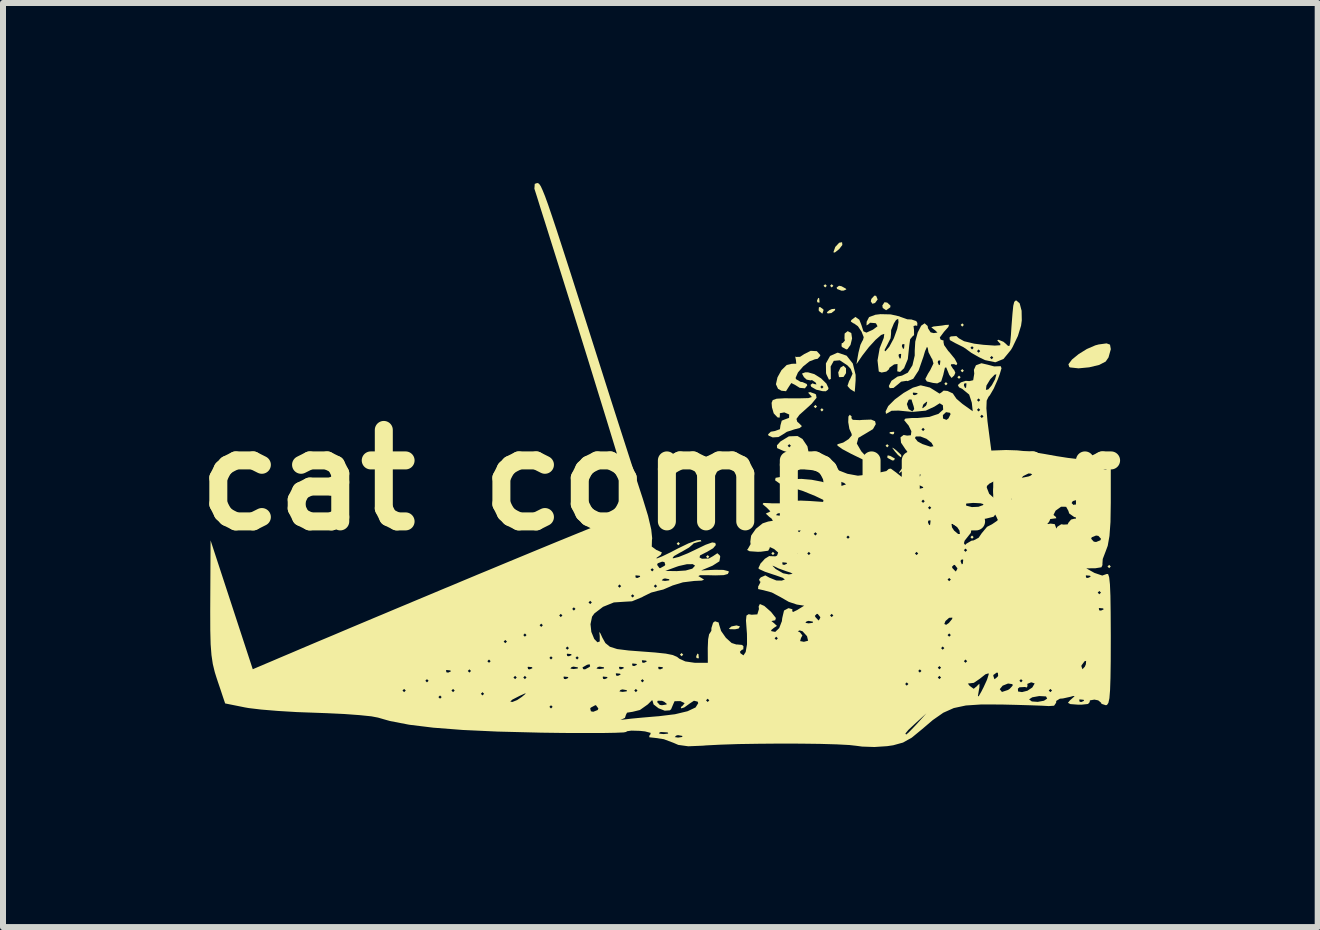
<source format=kicad_pcb>
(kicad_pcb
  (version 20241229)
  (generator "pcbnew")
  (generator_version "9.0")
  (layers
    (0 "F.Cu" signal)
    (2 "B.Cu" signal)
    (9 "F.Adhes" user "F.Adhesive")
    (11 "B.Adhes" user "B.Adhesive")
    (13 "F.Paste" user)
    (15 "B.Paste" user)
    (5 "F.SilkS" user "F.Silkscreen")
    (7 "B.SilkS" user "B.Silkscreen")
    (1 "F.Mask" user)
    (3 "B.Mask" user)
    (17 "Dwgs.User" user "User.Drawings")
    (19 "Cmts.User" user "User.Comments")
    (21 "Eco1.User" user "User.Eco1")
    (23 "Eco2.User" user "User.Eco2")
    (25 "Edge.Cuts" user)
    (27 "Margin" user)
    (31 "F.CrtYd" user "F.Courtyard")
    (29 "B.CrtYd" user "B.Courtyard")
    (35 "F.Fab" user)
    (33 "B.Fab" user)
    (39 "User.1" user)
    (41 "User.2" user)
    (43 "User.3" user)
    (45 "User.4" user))
  (footprint "cat computer"
    (layer "F.Cu")
    (at 7.954 4.949)
    (property "Reference" "cat computer" (at 0 0 0) (layer "F.SilkS") (effects (font (size 1.524 1.524) (thickness 0.3))))
    (attr board_only exclude_from_pos_files exclude_from_bom)
    (fp_poly (pts (xy 0.326 1.061) (xy 0.299 1.088) (xy 0.272 1.061) (xy 0.299 1.033)) (stroke (width 0) (type solid)) (fill yes) (layer "F.SilkS"))
    (fp_poly (pts (xy 0.381 2.91) (xy 0.354 2.937) (xy 0.326 2.91) (xy 0.354 2.883)) (stroke (width 0) (type solid)) (fill yes) (layer "F.SilkS"))
    (fp_poly (pts (xy 0.816 1.278) (xy 0.789 1.305) (xy 0.761 1.278) (xy 0.789 1.251)) (stroke (width 0) (type solid)) (fill yes) (layer "F.SilkS"))
    (fp_poly (pts (xy 1.904 1.224) (xy 1.876 1.251) (xy 1.849 1.224) (xy 1.876 1.197)) (stroke (width 0) (type solid)) (fill yes) (layer "F.SilkS"))
    (fp_poly (pts (xy 2.067 0.354) (xy 2.04 0.381) (xy 2.012 0.354) (xy 2.04 0.326)) (stroke (width 0) (type solid)) (fill yes) (layer "F.SilkS"))
    (fp_poly (pts (xy 2.611 -1.224) (xy 2.584 -1.197) (xy 2.556 -1.224) (xy 2.584 -1.251)) (stroke (width 0) (type solid)) (fill yes) (layer "F.SilkS"))
    (fp_poly (pts (xy 2.719 -1.169) (xy 2.692 -1.142) (xy 2.665 -1.169) (xy 2.692 -1.197)) (stroke (width 0) (type solid)) (fill yes) (layer "F.SilkS"))
    (fp_poly (pts (xy 2.774 -3.236) (xy 2.747 -3.209) (xy 2.719 -3.236) (xy 2.747 -3.263)) (stroke (width 0) (type solid)) (fill yes) (layer "F.SilkS"))
    (fp_poly (pts (xy 2.883 -3.236) (xy 2.855 -3.209) (xy 2.828 -3.236) (xy 2.855 -3.263)) (stroke (width 0) (type solid)) (fill yes) (layer "F.SilkS"))
    (fp_poly (pts (xy 3.807 -0.571) (xy 3.78 -0.544) (xy 3.753 -0.571) (xy 3.78 -0.598)) (stroke (width 0) (type solid)) (fill yes) (layer "F.SilkS"))
    (fp_poly (pts (xy 4.786 -1.604) (xy 4.759 -1.577) (xy 4.732 -1.604) (xy 4.759 -1.632)) (stroke (width 0) (type solid)) (fill yes) (layer "F.SilkS"))
    (fp_poly (pts (xy 5.004 -1.713) (xy 4.977 -1.686) (xy 4.949 -1.713) (xy 4.977 -1.74)) (stroke (width 0) (type solid)) (fill yes) (layer "F.SilkS"))
    (fp_poly (pts (xy 5.058 -2.584) (xy 5.031 -2.556) (xy 5.004 -2.584) (xy 5.031 -2.611)) (stroke (width 0) (type solid)) (fill yes) (layer "F.SilkS"))
    (fp_poly (pts (xy 5.058 -1.822) (xy 5.031 -1.795) (xy 5.004 -1.822) (xy 5.031 -1.849)) (stroke (width 0) (type solid)) (fill yes) (layer "F.SilkS"))
    (fp_poly (pts (xy 5.221 0.952) (xy 5.194 0.979) (xy 5.167 0.952) (xy 5.194 0.925)) (stroke (width 0) (type solid)) (fill yes) (layer "F.SilkS"))
    (fp_poly (pts (xy 7.506 1.441) (xy 7.479 1.469) (xy 7.451 1.441) (xy 7.479 1.414)) (stroke (width 0) (type solid)) (fill yes) (layer "F.SilkS"))
    (fp_poly (pts (xy 0.635 2.901) (xy 0.641 2.965) (xy 0.635 2.973) (xy 0.602 2.966) (xy 0.598 2.937) (xy 0.618 2.892)) (stroke (width 0) (type solid)) (fill yes) (layer "F.SilkS"))
    (fp_poly (pts (xy 2.647 -3.028) (xy 2.653 -2.963) (xy 2.647 -2.955) (xy 2.615 -2.963) (xy 2.611 -2.991) (xy 2.631 -3.036)) (stroke (width 0) (type solid)) (fill yes) (layer "F.SilkS"))
    (fp_poly (pts (xy 3.898 -0.798) (xy 3.89 -0.765) (xy 3.862 -0.761) (xy 3.817 -0.781) (xy 3.825 -0.798) (xy 3.89 -0.804)) (stroke (width 0) (type solid)) (fill yes) (layer "F.SilkS"))
    (fp_poly (pts (xy 1.327 2.439) (xy 1.304 2.475) (xy 1.247 2.487) (xy 1.161 2.486) (xy 1.142 2.477) (xy 1.185 2.44) (xy 1.269 2.423)) (stroke (width 0) (type solid)) (fill yes) (layer "F.SilkS"))
    (fp_poly (pts (xy 2.909 -2.828) (xy 2.851 -2.783) (xy 2.789 -2.775) (xy 2.774 -2.795) (xy 2.817 -2.83) (xy 2.858 -2.849) (xy 2.914 -2.853)) (stroke (width 0) (type solid)) (fill yes) (layer "F.SilkS"))
    (fp_poly (pts (xy 3.033 -3.917) (xy 2.98 -3.848) (xy 2.908 -3.791) (xy 2.883 -3.794) (xy 2.915 -3.884) (xy 2.98 -3.954) (xy 3.028 -3.963)) (stroke (width 0) (type solid)) (fill yes) (layer "F.SilkS"))
    (fp_poly (pts (xy 3.596 -3.069) (xy 3.621 -3.009) (xy 3.578 -2.95) (xy 3.534 -2.937) (xy 3.507 -2.977) (xy 3.516 -3.018) (xy 3.567 -3.073)) (stroke (width 0) (type solid)) (fill yes) (layer "F.SilkS"))
    (fp_poly (pts (xy 3.78 -2.957) (xy 3.835 -2.906) (xy 3.831 -2.877) (xy 3.762 -2.829) (xy 3.706 -2.867) (xy 3.699 -2.908) (xy 3.735 -2.963)) (stroke (width 0) (type solid)) (fill yes) (layer "F.SilkS"))
    (fp_poly (pts (xy 3.832 -0.401) (xy 3.908 -0.358) (xy 3.895 -0.329) (xy 3.865 -0.326) (xy 3.791 -0.366) (xy 3.78 -0.38) (xy 3.789 -0.411)) (stroke (width 0) (type solid)) (fill yes) (layer "F.SilkS"))
    (fp_poly (pts (xy 4.125 -0.141) (xy 4.184 -0.086) (xy 4.172 -0.055) (xy 4.164 -0.054) (xy 4.118 -0.093) (xy 4.101 -0.117) (xy 4.095 -0.154)) (stroke (width 0) (type solid)) (fill yes) (layer "F.SilkS"))
    (fp_poly (pts (xy 2.717 -2.843) (xy 2.719 -2.828) (xy 2.701 -2.775) (xy 2.696 -2.774) (xy 2.649 -2.812) (xy 2.638 -2.828) (xy 2.642 -2.878) (xy 2.662 -2.883)) (stroke (width 0) (type solid)) (fill yes) (layer "F.SilkS"))
    (fp_poly (pts (xy 3.019 -3.229) (xy 3.09 -3.19) (xy 3.1 -3.176) (xy 3.056 -3.157) (xy 3.019 -3.155) (xy 2.946 -3.183) (xy 2.937 -3.207) (xy 2.977 -3.237)) (stroke (width 0) (type solid)) (fill yes) (layer "F.SilkS"))
    (fp_poly (pts (xy 3.094 -1.863) (xy 3.094 -1.781) (xy 3.053 -1.718) (xy 2.983 -1.714) (xy 2.976 -1.72) (xy 2.964 -1.793) (xy 3.003 -1.875) (xy 3.052 -1.904)) (stroke (width 0) (type solid)) (fill yes) (layer "F.SilkS"))
    (fp_poly (pts (xy 3.89 -0.527) (xy 3.93 -0.496) (xy 4.014 -0.417) (xy 4.014 -0.382) (xy 4.004 -0.381) (xy 3.959 -0.418) (xy 3.909 -0.476) (xy 3.862 -0.54)) (stroke (width 0) (type solid)) (fill yes) (layer "F.SilkS"))
    (fp_poly (pts (xy 3.181 -2.449) (xy 3.182 -2.448) (xy 3.195 -2.359) (xy 3.169 -2.252) (xy 3.119 -2.182) (xy 3.1 -2.176) (xy 3.03 -2.215) (xy 3.019 -2.23) (xy 3.022 -2.28) (xy 3.041 -2.284) (xy 3.075 -2.324) (xy 3.068 -2.36) (xy 3.071 -2.441) (xy 3.122 -2.481)) (stroke (width 0) (type solid)) (fill yes) (layer "F.SilkS"))
    (fp_poly (pts (xy 7.493 -2.256) (xy 7.506 -2.184) (xy 7.506 -2.178) (xy 7.468 -2.042) (xy 7.421 -1.974) (xy 7.313 -1.918) (xy 7.146 -1.878) (xy 6.969 -1.861) (xy 6.831 -1.876) (xy 6.815 -1.882) (xy 6.8 -1.929) (xy 6.86 -2.008) (xy 6.97 -2.098) (xy 7.107 -2.183) (xy 7.248 -2.244) (xy 7.304 -2.259) (xy 7.436 -2.277)) (stroke (width 0) (type solid)) (fill yes) (layer "F.SilkS"))
    (fp_poly (pts (xy 3.104 -2.072) (xy 3.207 -1.941) (xy 3.254 -1.752) (xy 3.254 -1.665) (xy 3.245 -1.537) (xy 3.239 -1.472) (xy 3.239 -1.469) (xy 3.198 -1.494) (xy 3.163 -1.516) (xy 3.118 -1.568) (xy 3.145 -1.649) (xy 3.162 -1.678) (xy 3.203 -1.771) (xy 3.173 -1.851) (xy 3.117 -1.911) (xy 2.99 -1.995) (xy 2.89 -1.986) (xy 2.838 -1.892) (xy 2.84 -1.797) (xy 2.841 -1.684) (xy 2.81 -1.671) (xy 2.767 -1.761) (xy 2.761 -1.782) (xy 2.759 -1.943) (xy 2.828 -2.067) (xy 2.949 -2.121) (xy 2.961 -2.121)) (stroke (width 0) (type solid)) (fill yes) (layer "F.SilkS"))
    (fp_poly (pts (xy 2.565 -1.765) (xy 2.678 -1.694) (xy 2.767 -1.607) (xy 2.803 -1.53) (xy 2.793 -1.505) (xy 2.757 -1.479) (xy 2.7 -1.481) (xy 2.597 -1.506) (xy 2.52 -1.55) (xy 2.665 -1.55) (xy 2.692 -1.523) (xy 2.719 -1.55) (xy 2.692 -1.577) (xy 2.665 -1.55) (xy 2.52 -1.55) (xy 2.516 -1.552) (xy 2.502 -1.585) (xy 2.536 -1.611) (xy 2.565 -1.599) (xy 2.602 -1.593) (xy 2.588 -1.624) (xy 2.527 -1.666) (xy 2.504 -1.66) (xy 2.438 -1.673) (xy 2.393 -1.714) (xy 2.36 -1.774) (xy 2.413 -1.794) (xy 2.459 -1.795)) (stroke (width 0) (type solid)) (fill yes) (layer "F.SilkS"))
    (fp_poly (pts (xy 3.19 -1.055) (xy 3.182 -1.034) (xy 3.206 -1.003) (xy 3.322 -0.998) (xy 3.369 -1.002) (xy 3.513 -1.007) (xy 3.578 -0.98) (xy 3.59 -0.931) (xy 3.543 -0.848) (xy 3.427 -0.778) (xy 3.3 -0.703) (xy 3.274 -0.607) (xy 3.348 -0.479) (xy 3.407 -0.415) (xy 3.491 -0.33) (xy 3.519 -0.289) (xy 3.482 -0.293) (xy 3.369 -0.344) (xy 3.182 -0.435) (xy 3.034 -0.514) (xy 2.952 -0.572) (xy 2.95 -0.597) (xy 2.955 -0.597) (xy 3.047 -0.624) (xy 3.139 -0.683) (xy 3.19 -0.744) (xy 3.187 -0.769) (xy 3.15 -0.852) (xy 3.131 -0.964) (xy 3.134 -1.058) (xy 3.157 -1.088)) (stroke (width 0) (type solid)) (fill yes) (layer "F.SilkS"))
    (fp_poly (pts (xy 2.608 -2.147) (xy 2.663 -2.086) (xy 2.665 -2.069) (xy 2.621 -2.02) (xy 2.576 -2.012) (xy 2.485 -1.977) (xy 2.38 -1.893) (xy 2.293 -1.792) (xy 2.255 -1.705) (xy 2.259 -1.682) (xy 2.336 -1.636) (xy 2.369 -1.632) (xy 2.439 -1.601) (xy 2.448 -1.577) (xy 2.409 -1.528) (xy 2.323 -1.536) (xy 2.243 -1.586) (xy 2.182 -1.616) (xy 2.144 -1.559) (xy 2.094 -1.48) (xy 2.017 -1.488) (xy 1.961 -1.52) (xy 1.926 -1.596) (xy 1.952 -1.711) (xy 2.018 -1.83) (xy 2.106 -1.917) (xy 2.193 -1.937) (xy 2.265 -1.938) (xy 2.259 -2.001) (xy 2.247 -2.058) (xy 2.263 -2.051) (xy 2.328 -2.053) (xy 2.4 -2.1) (xy 2.506 -2.153)) (stroke (width 0) (type solid)) (fill yes) (layer "F.SilkS"))
    (fp_poly (pts (xy 2.573 -1.438) (xy 2.594 -1.425) (xy 2.603 -1.37) (xy 2.52 -1.269) (xy 2.441 -1.197) (xy 2.317 -1.086) (xy 2.268 -1.018) (xy 2.282 -0.97) (xy 2.311 -0.946) (xy 2.359 -0.898) (xy 2.323 -0.867) (xy 2.234 -0.844) (xy 2.108 -0.803) (xy 2.037 -0.757) (xy 1.968 -0.716) (xy 1.872 -0.71) (xy 1.803 -0.74) (xy 1.795 -0.761) (xy 1.841 -0.805) (xy 1.906 -0.816) (xy 1.993 -0.847) (xy 2.001 -0.91) (xy 2.023 -0.989) (xy 2.062 -1.005) (xy 2.145 -1.036) (xy 2.147 -1.092) (xy 2.066 -1.127) (xy 1.991 -1.113) (xy 1.992 -1.077) (xy 1.987 -1.039) (xy 1.952 -1.044) (xy 1.889 -1.111) (xy 1.86 -1.211) (xy 1.854 -1.286) (xy 1.873 -1.332) (xy 1.938 -1.355) (xy 2.068 -1.362) (xy 2.285 -1.361) (xy 2.312 -1.361) (xy 2.467 -1.365) (xy 2.525 -1.383) (xy 2.502 -1.412) (xy 2.462 -1.456) (xy 2.496 -1.465)) (stroke (width 0) (type solid)) (fill yes) (layer "F.SilkS"))
    (fp_poly (pts (xy 5.988 -2.943) (xy 6.02 -2.821) (xy 6.023 -2.66) (xy 6.011 -2.572) (xy 5.958 -2.4) (xy 5.869 -2.214) (xy 5.842 -2.168) (xy 5.718 -2.017) (xy 5.582 -1.962) (xy 5.411 -1.998) (xy 5.324 -2.04) (xy 5.493 -2.04) (xy 5.521 -2.012) (xy 5.548 -2.04) (xy 5.521 -2.067) (xy 5.493 -2.04) (xy 5.324 -2.04) (xy 5.303 -2.05) (xy 5.184 -2.118) (xy 5.143 -2.148) (xy 5.276 -2.148) (xy 5.303 -2.121) (xy 5.33 -2.148) (xy 5.303 -2.176) (xy 5.276 -2.148) (xy 5.143 -2.148) (xy 5.115 -2.168) (xy 5.113 -2.171) (xy 5.066 -2.203) (xy 5.167 -2.203) (xy 5.194 -2.176) (xy 5.221 -2.203) (xy 5.194 -2.23) (xy 5.167 -2.203) (xy 5.066 -2.203) (xy 5.048 -2.215) (xy 4.93 -2.274) (xy 4.925 -2.276) (xy 4.824 -2.332) (xy 4.818 -2.375) (xy 4.84 -2.393) (xy 4.933 -2.399) (xy 4.974 -2.362) (xy 5.061 -2.313) (xy 5.231 -2.272) (xy 5.385 -2.253) (xy 5.573 -2.24) (xy 5.664 -2.246) (xy 5.667 -2.271) (xy 5.657 -2.279) (xy 5.614 -2.326) (xy 5.632 -2.338) (xy 5.717 -2.304) (xy 5.754 -2.273) (xy 5.793 -2.236) (xy 5.817 -2.234) (xy 5.83 -2.287) (xy 5.842 -2.416) (xy 5.851 -2.556) (xy 5.868 -2.773) (xy 5.881 -2.903) (xy 5.897 -2.968) (xy 5.919 -2.99) (xy 5.934 -2.991)) (stroke (width 0) (type solid)) (fill yes) (layer "F.SilkS"))
    (fp_poly (pts (xy 4.454 -2.567) (xy 4.46 -2.529) (xy 4.504 -2.461) (xy 4.555 -2.448) (xy 4.618 -2.457) (xy 4.579 -2.495) (xy 4.569 -2.502) (xy 4.515 -2.545) (xy 4.555 -2.559) (xy 4.569 -2.56) (xy 4.694 -2.574) (xy 4.751 -2.584) (xy 4.81 -2.587) (xy 4.799 -2.55) (xy 4.728 -2.471) (xy 4.657 -2.376) (xy 4.671 -2.339) (xy 4.677 -2.339) (xy 4.724 -2.321) (xy 4.717 -2.306) (xy 4.728 -2.249) (xy 4.797 -2.151) (xy 4.817 -2.13) (xy 4.907 -2.019) (xy 4.948 -1.94) (xy 4.933 -1.914) (xy 4.895 -1.931) (xy 4.845 -1.929) (xy 4.841 -1.911) (xy 4.882 -1.845) (xy 4.893 -1.84) (xy 4.916 -1.787) (xy 4.896 -1.742) (xy 4.853 -1.701) (xy 4.814 -1.752) (xy 4.798 -1.792) (xy 4.763 -1.877) (xy 4.742 -1.87) (xy 4.717 -1.764) (xy 4.716 -1.757) (xy 4.68 -1.643) (xy 4.614 -1.61) (xy 4.544 -1.618) (xy 4.441 -1.643) (xy 4.415 -1.684) (xy 4.46 -1.772) (xy 4.495 -1.827) (xy 4.551 -1.942) (xy 4.547 -1.958) (xy 4.623 -1.958) (xy 4.643 -1.913) (xy 4.659 -1.922) (xy 4.666 -1.986) (xy 4.659 -1.994) (xy 4.627 -1.987) (xy 4.623 -1.958) (xy 4.547 -1.958) (xy 4.53 -2.018) (xy 4.522 -2.026) (xy 4.468 -2.13) (xy 4.456 -2.2) (xy 4.443 -2.219) (xy 4.411 -2.147) (xy 4.384 -2.056) (xy 4.304 -1.826) (xy 4.214 -1.687) (xy 4.121 -1.648) (xy 4.102 -1.653) (xy 4.013 -1.639) (xy 3.968 -1.601) (xy 3.885 -1.534) (xy 3.822 -1.531) (xy 3.807 -1.566) (xy 3.852 -1.654) (xy 3.953 -1.724) (xy 4.027 -1.74) (xy 4.124 -1.789) (xy 4.201 -1.912) (xy 4.239 -2.075) (xy 4.239 -2.154) (xy 4.248 -2.307) (xy 4.289 -2.459) (xy 4.347 -2.572) (xy 4.404 -2.611)) (stroke (width 0) (type solid)) (fill yes) (layer "F.SilkS"))
    (fp_poly (pts (xy 3.838 -2.76) (xy 3.98 -2.728) (xy 3.997 -2.72) (xy 4.116 -2.678) (xy 4.184 -2.675) (xy 4.264 -2.649) (xy 4.283 -2.617) (xy 4.28 -2.568) (xy 4.255 -2.576) (xy 4.219 -2.566) (xy 4.227 -2.502) (xy 4.228 -2.415) (xy 4.202 -2.393) (xy 4.163 -2.346) (xy 4.148 -2.244) (xy 4.124 -2.015) (xy 4.061 -1.863) (xy 3.995 -1.801) (xy 3.948 -1.811) (xy 3.951 -1.877) (xy 3.952 -1.934) (xy 3.895 -1.926) (xy 3.819 -1.872) (xy 3.807 -1.843) (xy 3.766 -1.807) (xy 3.687 -1.791) (xy 3.64 -1.808) (xy 3.619 -1.993) (xy 3.632 -2.067) (xy 3.97 -2.067) (xy 3.99 -2.022) (xy 4.007 -2.031) (xy 4.013 -2.095) (xy 4.007 -2.103) (xy 3.974 -2.096) (xy 3.97 -2.067) (xy 3.632 -2.067) (xy 3.649 -2.164) (xy 3.735 -2.164) (xy 3.747 -2.145) (xy 3.753 -2.148) (xy 3.817 -2.223) (xy 3.82 -2.23) (xy 4.025 -2.23) (xy 4.045 -2.185) (xy 4.061 -2.194) (xy 4.068 -2.258) (xy 4.061 -2.266) (xy 4.029 -2.259) (xy 4.025 -2.23) (xy 3.82 -2.23) (xy 3.886 -2.352) (xy 3.894 -2.371) (xy 3.947 -2.519) (xy 3.969 -2.631) (xy 3.963 -2.686) (xy 3.927 -2.666) (xy 3.892 -2.611) (xy 3.846 -2.499) (xy 3.844 -2.432) (xy 3.836 -2.361) (xy 3.78 -2.25) (xy 3.779 -2.248) (xy 3.735 -2.164) (xy 3.649 -2.164) (xy 3.654 -2.194) (xy 3.677 -2.252) (xy 3.723 -2.368) (xy 3.731 -2.433) (xy 3.729 -2.435) (xy 3.679 -2.417) (xy 3.586 -2.336) (xy 3.475 -2.215) (xy 3.369 -2.078) (xy 3.361 -2.067) (xy 3.268 -1.931) (xy 3.301 -2.121) (xy 3.334 -2.252) (xy 3.369 -2.324) (xy 3.375 -2.328) (xy 3.389 -2.38) (xy 3.353 -2.472) (xy 3.292 -2.563) (xy 3.226 -2.61) (xy 3.219 -2.61) (xy 3.174 -2.641) (xy 3.182 -2.665) (xy 3.251 -2.718) (xy 3.316 -2.671) (xy 3.35 -2.584) (xy 3.384 -2.478) (xy 3.434 -2.456) (xy 3.538 -2.503) (xy 3.546 -2.508) (xy 3.619 -2.562) (xy 3.596 -2.606) (xy 3.585 -2.614) (xy 3.496 -2.621) (xy 3.466 -2.594) (xy 3.435 -2.576) (xy 3.438 -2.638) (xy 3.478 -2.715) (xy 3.584 -2.754) (xy 3.668 -2.764)) (stroke (width 0) (type solid)) (fill yes) (layer "F.SilkS"))
    (fp_poly (pts (xy -2.035 -4.946) (xy -2.016 -4.93) (xy -1.992 -4.894) (xy -1.963 -4.831) (xy -1.923 -4.733) (xy -1.872 -4.593) (xy -1.807 -4.402) (xy -1.724 -4.153) (xy -1.622 -3.839) (xy -1.497 -3.452) (xy -1.348 -2.985) (xy -1.171 -2.429) (xy -0.964 -1.778) (xy -0.952 -1.74) (xy -0.819 -1.322) (xy -0.686 -0.907) (xy -0.56 -0.516) (xy -0.448 -0.168) (xy -0.356 0.117) (xy -0.292 0.313) (xy -0.205 0.597) (xy -0.152 0.823) (xy -0.136 0.972) (xy -0.14 1.002) (xy -0.143 1.109) (xy -0.065 1.166) (xy -0.052 1.17) (xy 0.026 1.207) (xy 0.006 1.248) (xy -0.006 1.256) (xy -0.07 1.302) (xy -0.052 1.305) (xy 0.035 1.27) (xy 0.174 1.203) (xy 0.296 1.139) (xy 0.466 1.057) (xy 0.602 1.007) (xy 0.671 0.999) (xy 0.684 1.022) (xy 0.644 1.029) (xy 0.555 1.055) (xy 0.535 1.076) (xy 0.478 1.125) (xy 0.361 1.193) (xy 0.326 1.211) (xy 0.227 1.268) (xy 0.203 1.301) (xy 0.218 1.304) (xy 0.309 1.281) (xy 0.458 1.221) (xy 0.567 1.169) (xy 0.754 1.079) (xy 0.864 1.04) (xy 0.915 1.048) (xy 0.925 1.083) (xy 0.88 1.137) (xy 0.772 1.201) (xy 0.762 1.205) (xy 0.661 1.257) (xy 0.653 1.291) (xy 0.694 1.312) (xy 0.808 1.308) (xy 0.877 1.269) (xy 0.95 1.22) (xy 0.989 1.255) (xy 0.998 1.276) (xy 0.984 1.355) (xy 0.871 1.427) (xy 0.855 1.434) (xy 0.68 1.507) (xy 0.911 1.496) (xy 1.052 1.498) (xy 1.134 1.519) (xy 1.142 1.531) (xy 1.124 1.566) (xy 1.056 1.585) (xy 0.915 1.589) (xy 0.789 1.586) (xy 0.662 1.586) (xy 0.633 1.601) (xy 0.68 1.629) (xy 0.729 1.66) (xy 0.691 1.676) (xy 0.564 1.682) (xy 0.376 1.705) (xy 0.205 1.757) (xy 0.183 1.767) (xy 0.048 1.825) (xy -0.054 1.849) (xy -0.154 1.876) (xy -0.288 1.942) (xy -0.304 1.952) (xy -0.472 2.021) (xy -0.61 2.029) (xy -0.775 2.04) (xy -0.955 2.113) (xy -1.099 2.223) (xy -1.138 2.277) (xy -1.164 2.402) (xy -1.15 2.531) (xy -1.102 2.648) (xy -1.048 2.704) (xy -1.01 2.69) (xy -1.01 2.6) (xy -1.018 2.531) (xy -0.998 2.557) (xy -0.967 2.626) (xy -0.916 2.717) (xy -0.841 2.778) (xy -0.719 2.817) (xy -0.526 2.841) (xy -0.354 2.854) (xy -0.088 2.874) (xy 0.091 2.893) (xy 0.206 2.916) (xy 0.278 2.947) (xy 0.317 2.978) (xy 0.416 3.023) (xy 0.567 3.045) (xy 0.59 3.046) (xy 0.791 3.046) (xy 0.791 3.019) (xy 5.058 3.019) (xy 5.085 3.046) (xy 5.113 3.019) (xy 5.085 2.991) (xy 5.058 3.019) (xy 0.791 3.019) (xy 0.79 2.801) (xy 0.796 2.655) (xy 0.813 2.568) (xy 0.823 2.556) (xy 0.85 2.512) (xy 0.851 2.467) (xy 0.879 2.377) (xy 0.911 2.354) (xy 0.971 2.374) (xy 0.979 2.408) (xy 1.012 2.515) (xy 1.092 2.629) (xy 1.188 2.716) (xy 1.27 2.742) (xy 1.275 2.74) (xy 1.362 2.748) (xy 1.385 2.77) (xy 1.382 2.823) (xy 1.36 2.828) (xy 1.326 2.862) (xy 1.336 2.888) (xy 1.385 2.922) (xy 1.422 2.866) (xy 1.433 2.801) (xy 4.678 2.801) (xy 4.705 2.828) (xy 4.732 2.801) (xy 4.705 2.774) (xy 4.678 2.801) (xy 1.433 2.801) (xy 1.444 2.739) (xy 1.444 2.638) (xy 1.904 2.638) (xy 1.931 2.665) (xy 1.958 2.638) (xy 1.931 2.611) (xy 1.904 2.638) (xy 1.444 2.638) (xy 1.443 2.561) (xy 1.439 2.509) (xy 1.427 2.342) (xy 1.435 2.259) (xy 1.471 2.236) (xy 1.522 2.245) (xy 1.616 2.239) (xy 1.643 2.15) (xy 1.638 2.108) (xy 1.658 2.066) (xy 1.732 2.098) (xy 1.842 2.195) (xy 1.849 2.203) (xy 1.925 2.299) (xy 1.914 2.338) (xy 1.9 2.34) (xy 1.851 2.35) (xy 1.896 2.387) (xy 1.943 2.431) (xy 1.896 2.461) (xy 1.846 2.501) (xy 1.851 2.519) (xy 1.915 2.531) (xy 1.927 2.519) (xy 2.29 2.519) (xy 2.327 2.539) (xy 2.367 2.59) (xy 2.344 2.632) (xy 2.329 2.684) (xy 2.392 2.696) (xy 2.462 2.678) (xy 2.445 2.606) (xy 2.441 2.599) (xy 2.427 2.584) (xy 4.786 2.584) (xy 4.813 2.611) (xy 4.841 2.584) (xy 4.813 2.556) (xy 4.786 2.584) (xy 2.427 2.584) (xy 2.37 2.521) (xy 2.323 2.506) (xy 2.29 2.519) (xy 1.927 2.519) (xy 1.981 2.467) (xy 2.007 2.399) (xy 4.732 2.399) (xy 4.763 2.413) (xy 4.808 2.382) (xy 4.863 2.315) (xy 4.866 2.293) (xy 4.812 2.296) (xy 4.751 2.35) (xy 4.732 2.399) (xy 2.007 2.399) (xy 2.014 2.38) (xy 2.417 2.38) (xy 2.47 2.389) (xy 2.541 2.379) (xy 2.542 2.36) (xy 2.469 2.347) (xy 2.437 2.356) (xy 2.417 2.38) (xy 2.014 2.38) (xy 2.025 2.354) (xy 2.031 2.302) (xy 2.04 2.263) (xy 2.575 2.263) (xy 2.584 2.284) (xy 2.632 2.336) (xy 2.641 2.339) (xy 2.664 2.297) (xy 2.665 2.284) (xy 2.643 2.257) (xy 2.828 2.257) (xy 2.855 2.284) (xy 2.883 2.257) (xy 2.855 2.23) (xy 2.828 2.257) (xy 2.643 2.257) (xy 2.623 2.232) (xy 2.607 2.23) (xy 2.575 2.263) (xy 2.04 2.263) (xy 2.061 2.175) (xy 2.135 2.135) (xy 2.2 2.153) (xy 2.198 2.183) (xy 2.21 2.2) (xy 2.281 2.166) (xy 2.324 2.139) (xy 7.306 2.139) (xy 7.314 2.172) (xy 7.343 2.176) (xy 7.387 2.156) (xy 7.379 2.139) (xy 7.314 2.133) (xy 7.306 2.139) (xy 2.324 2.139) (xy 2.397 2.094) (xy 2.274 2.075) (xy 2.14 2.03) (xy 2.004 1.952) (xy 1.861 1.876) (xy 7.288 1.876) (xy 7.315 1.904) (xy 7.343 1.876) (xy 7.315 1.849) (xy 7.288 1.876) (xy 1.861 1.876) (xy 1.857 1.874) (xy 1.721 1.837) (xy 1.629 1.817) (xy 1.631 1.77) (xy 1.641 1.756) (xy 1.67 1.697) (xy 1.655 1.686) (xy 1.646 1.656) (xy 1.673 1.623) (xy 1.749 1.589) (xy 1.817 1.627) (xy 1.933 1.674) (xy 2.023 1.676) (xy 2.072 1.659) (xy 4.786 1.659) (xy 4.813 1.686) (xy 4.841 1.659) (xy 4.813 1.632) (xy 4.786 1.659) (xy 2.072 1.659) (xy 2.075 1.658) (xy 2.038 1.629) (xy 1.942 1.595) (xy 7.089 1.595) (xy 7.096 1.628) (xy 7.125 1.632) (xy 7.17 1.612) (xy 7.161 1.595) (xy 7.097 1.589) (xy 7.089 1.595) (xy 1.942 1.595) (xy 1.904 1.582) (xy 1.89 1.578) (xy 1.742 1.528) (xy 1.65 1.486) (xy 1.633 1.47) (xy 1.653 1.428) (xy 1.867 1.428) (xy 1.921 1.482) (xy 2.045 1.554) (xy 2.141 1.573) (xy 2.204 1.564) (xy 2.17 1.543) (xy 2.104 1.522) (xy 1.969 1.473) (xy 1.916 1.447) (xy 4.859 1.447) (xy 4.868 1.469) (xy 4.917 1.52) (xy 4.925 1.523) (xy 4.949 1.481) (xy 4.949 1.469) (xy 4.908 1.416) (xy 4.892 1.414) (xy 4.859 1.447) (xy 1.916 1.447) (xy 1.884 1.432) (xy 1.867 1.428) (xy 1.653 1.428) (xy 1.669 1.392) (xy 1.682 1.378) (xy 2.031 1.378) (xy 2.038 1.41) (xy 2.067 1.414) (xy 2.112 1.394) (xy 2.103 1.378) (xy 2.039 1.371) (xy 2.031 1.378) (xy 1.682 1.378) (xy 1.699 1.36) (xy 5.004 1.36) (xy 5.024 1.405) (xy 5.04 1.396) (xy 5.047 1.331) (xy 5.04 1.323) (xy 5.008 1.331) (xy 5.004 1.36) (xy 1.699 1.36) (xy 1.742 1.312) (xy 1.814 1.267) (xy 1.835 1.269) (xy 1.918 1.272) (xy 1.945 1.259) (xy 1.958 1.224) (xy 2.23 1.224) (xy 2.257 1.251) (xy 2.284 1.224) (xy 2.448 1.224) (xy 2.475 1.251) (xy 2.502 1.224) (xy 4.242 1.224) (xy 4.27 1.251) (xy 4.297 1.224) (xy 4.27 1.197) (xy 4.242 1.224) (xy 2.502 1.224) (xy 2.475 1.197) (xy 2.448 1.224) (xy 2.284 1.224) (xy 2.257 1.197) (xy 2.23 1.224) (xy 1.958 1.224) (xy 1.963 1.208) (xy 1.918 1.169) (xy 5.058 1.169) (xy 5.085 1.197) (xy 5.113 1.169) (xy 5.085 1.142) (xy 5.058 1.169) (xy 1.918 1.169) (xy 1.896 1.15) (xy 1.825 1.117) (xy 1.82 1.138) (xy 1.798 1.178) (xy 1.673 1.195) (xy 1.621 1.196) (xy 1.488 1.187) (xy 1.444 1.164) (xy 1.457 1.151) (xy 1.504 1.068) (xy 1.502 1.054) (xy 5.059 1.054) (xy 5.079 1.083) (xy 5.1 1.061) (xy 5.185 1.011) (xy 5.221 1.006) (xy 5.272 0.979) (xy 7.179 0.979) (xy 7.223 1.027) (xy 7.261 1.033) (xy 7.333 1.004) (xy 7.343 0.979) (xy 7.299 0.931) (xy 7.261 0.925) (xy 7.189 0.954) (xy 7.179 0.979) (xy 5.272 0.979) (xy 5.304 0.962) (xy 5.355 0.887) (xy 5.444 0.78) (xy 5.526 0.738) (xy 5.575 0.705) (xy 6.389 0.705) (xy 6.46 0.734) (xy 6.501 0.726) (xy 6.572 0.735) (xy 6.585 0.769) (xy 6.599 0.809) (xy 6.616 0.778) (xy 6.681 0.737) (xy 6.721 0.743) (xy 6.788 0.739) (xy 6.799 0.713) (xy 6.844 0.659) (xy 6.894 0.646) (xy 6.961 0.639) (xy 6.922 0.623) (xy 6.894 0.615) (xy 6.813 0.557) (xy 6.799 0.513) (xy 6.762 0.446) (xy 6.678 0.445) (xy 6.586 0.511) (xy 6.586 0.511) (xy 6.551 0.582) (xy 6.592 0.616) (xy 6.598 0.637) (xy 6.515 0.648) (xy 6.51 0.648) (xy 6.411 0.667) (xy 6.389 0.705) (xy 5.575 0.705) (xy 5.614 0.678) (xy 5.679 0.576) (xy 5.696 0.476) (xy 5.679 0.44) (xy 5.647 0.461) (xy 5.624 0.521) (xy 5.553 0.612) (xy 5.428 0.643) (xy 5.258 0.67) (xy 5.184 0.721) (xy 5.187 0.79) (xy 5.174 0.881) (xy 5.137 0.927) (xy 5.07 1.012) (xy 5.059 1.054) (xy 1.502 1.054) (xy 1.499 1.029) (xy 1.509 0.952) (xy 3.1 0.952) (xy 3.127 0.979) (xy 3.155 0.952) (xy 3.127 0.925) (xy 3.1 0.952) (xy 1.509 0.952) (xy 1.513 0.927) (xy 1.533 0.897) (xy 2.556 0.897) (xy 2.584 0.925) (xy 2.611 0.897) (xy 2.584 0.87) (xy 2.556 0.897) (xy 1.533 0.897) (xy 1.571 0.843) (xy 2.284 0.843) (xy 2.312 0.87) (xy 2.339 0.843) (xy 2.312 0.816) (xy 2.284 0.843) (xy 1.571 0.843) (xy 1.592 0.813) (xy 1.633 0.78) (xy 2.085 0.78) (xy 2.092 0.812) (xy 2.121 0.816) (xy 2.166 0.796) (xy 2.157 0.78) (xy 2.093 0.773) (xy 2.085 0.78) (xy 1.633 0.78) (xy 1.69 0.734) (xy 2.448 0.734) (xy 2.475 0.761) (xy 2.502 0.734) (xy 2.475 0.707) (xy 4.46 0.707) (xy 4.48 0.752) (xy 4.496 0.743) (xy 4.497 0.732) (xy 4.852 0.732) (xy 4.86 0.789) (xy 4.895 0.843) (xy 4.963 0.9) (xy 4.992 0.9) (xy 4.985 0.843) (xy 4.949 0.789) (xy 4.882 0.732) (xy 4.852 0.732) (xy 4.497 0.732) (xy 4.503 0.679) (xy 4.496 0.671) (xy 4.464 0.678) (xy 4.46 0.707) (xy 2.475 0.707) (xy 2.448 0.734) (xy 1.69 0.734) (xy 1.705 0.722) (xy 1.796 0.692) (xy 1.875 0.679) (xy 1.854 0.643) (xy 1.815 0.614) (xy 1.785 0.585) (xy 1.927 0.585) (xy 1.981 0.594) (xy 2.051 0.584) (xy 2.052 0.565) (xy 1.979 0.552) (xy 1.948 0.561) (xy 1.927 0.585) (xy 1.785 0.585) (xy 1.757 0.56) (xy 1.789 0.544) (xy 4.134 0.544) (xy 4.154 0.589) (xy 4.17 0.58) (xy 4.176 0.516) (xy 4.17 0.508) (xy 4.138 0.515) (xy 4.134 0.544) (xy 1.789 0.544) (xy 1.792 0.542) (xy 1.798 0.542) (xy 1.833 0.522) (xy 1.775 0.462) (xy 4.46 0.462) (xy 4.487 0.49) (xy 4.514 0.462) (xy 4.487 0.435) (xy 4.46 0.462) (xy 1.775 0.462) (xy 1.774 0.462) (xy 1.768 0.456) (xy 1.726 0.421) (xy 5.093 0.421) (xy 5.105 0.429) (xy 5.192 0.451) (xy 5.3 0.446) (xy 5.375 0.419) (xy 5.385 0.402) (xy 5.337 0.388) (xy 5.267 0.384) (xy 6.853 0.384) (xy 6.886 0.416) (xy 6.907 0.408) (xy 6.958 0.412) (xy 6.962 0.432) (xy 6.979 0.487) (xy 7.019 0.447) (xy 7.036 0.408) (xy 7.027 0.341) (xy 6.96 0.326) (xy 6.873 0.351) (xy 6.853 0.384) (xy 5.267 0.384) (xy 5.221 0.382) (xy 5.208 0.382) (xy 5.098 0.392) (xy 5.093 0.421) (xy 1.726 0.421) (xy 1.704 0.401) (xy 1.719 0.382) (xy 1.826 0.386) (xy 1.85 0.388) (xy 1.996 0.388) (xy 2.097 0.368) (xy 2.103 0.365) (xy 2.187 0.348) (xy 2.342 0.343) (xy 2.482 0.349) (xy 2.801 0.371) (xy 2.764 0.354) (xy 4.351 0.354) (xy 4.378 0.381) (xy 4.406 0.354) (xy 4.378 0.326) (xy 5.738 0.326) (xy 5.741 0.377) (xy 5.759 0.381) (xy 5.836 0.341) (xy 5.847 0.326) (xy 5.844 0.276) (xy 5.826 0.272) (xy 5.749 0.312) (xy 5.738 0.326) (xy 4.378 0.326) (xy 4.351 0.354) (xy 2.764 0.354) (xy 2.584 0.268) (xy 2.381 0.185) (xy 2.228 0.136) (xy 3.427 0.136) (xy 3.454 0.163) (xy 3.481 0.136) (xy 3.454 0.109) (xy 3.427 0.136) (xy 2.228 0.136) (xy 2.165 0.116) (xy 2.135 0.108) (xy 2.106 0.098) (xy 4.21 0.098) (xy 4.213 0.104) (xy 4.282 0.141) (xy 4.322 0.145) (xy 4.38 0.131) (xy 4.379 0.125) (xy 5.439 0.125) (xy 5.48 0.23) (xy 5.57 0.31) (xy 5.627 0.326) (xy 5.639 0.302) (xy 5.602 0.272) (xy 5.554 0.23) (xy 5.607 0.219) (xy 5.622 0.218) (xy 5.695 0.189) (xy 5.692 0.137) (xy 5.707 0.048) (xy 5.716 0.039) (xy 6 0.039) (xy 6.044 0.021) (xy 6.077 -0.004) (xy 6.163 -0.069) (xy 6.196 -0.093) (xy 6.173 -0.107) (xy 6.134 -0.109) (xy 6.043 -0.064) (xy 6.015 -0.02) (xy 6 0.039) (xy 5.716 0.039) (xy 5.754 0.003) (xy 5.806 -0.041) (xy 5.793 -0.054) (xy 5.783 -0.078) (xy 5.818 -0.107) (xy 5.871 -0.164) (xy 5.869 -0.176) (xy 7.312 -0.176) (xy 7.365 -0.167) (xy 7.436 -0.177) (xy 7.437 -0.196) (xy 7.364 -0.209) (xy 7.332 -0.2) (xy 7.312 -0.176) (xy 5.869 -0.176) (xy 5.867 -0.188) (xy 5.812 -0.175) (xy 5.715 -0.105) (xy 5.689 -0.082) (xy 5.58 0.008) (xy 5.499 0.053) (xy 5.491 0.054) (xy 5.443 0.098) (xy 5.439 0.125) (xy 4.379 0.125) (xy 4.377 0.116) (xy 4.312 0.084) (xy 4.239 0.077) (xy 4.21 0.098) (xy 2.106 0.098) (xy 1.986 0.057) (xy 1.912 0.004) (xy 1.921 -0.037) (xy 2.024 -0.054) (xy 2.026 -0.054) (xy 2.105 -0.045) (xy 2.086 -0.013) (xy 2.067 0) (xy 2.025 0.044) (xy 2.05 0.054) (xy 2.131 0.024) (xy 2.141 0.012) (xy 2.211 -0.014) (xy 2.351 -0.019) (xy 2.522 -0.004) (xy 2.689 0.028) (xy 2.78 0.057) (xy 2.922 0.095) (xy 3.028 0.095) (xy 3.094 0.073) (xy 3.061 0.048) (xy 3.019 0.033) (xy 2.89 -0.02) (xy 2.756 -0.084) (xy 2.628 -0.14) (xy 2.538 -0.163) (xy 2.416 -0.18) (xy 2.278 -0.219) (xy 2.159 -0.267) (xy 2.096 -0.312) (xy 2.094 -0.327) (xy 2.163 -0.354) (xy 2.205 -0.345) (xy 2.273 -0.349) (xy 2.284 -0.375) (xy 2.249 -0.432) (xy 2.234 -0.435) (xy 2.149 -0.453) (xy 2.042 -0.489) (xy 1.946 -0.532) (xy 1.943 -0.571) (xy 2.121 -0.571) (xy 2.148 -0.544) (xy 2.176 -0.571) (xy 2.148 -0.598) (xy 2.121 -0.571) (xy 1.943 -0.571) (xy 1.943 -0.578) (xy 2.002 -0.643) (xy 2.142 -0.728) (xy 2.286 -0.733) (xy 2.368 -0.684) (xy 2.451 -0.561) (xy 2.474 -0.441) (xy 2.436 -0.369) (xy 2.399 -0.334) (xy 2.448 -0.337) (xy 2.537 -0.324) (xy 2.69 -0.274) (xy 2.875 -0.198) (xy 2.875 -0.198) (xy 3.117 -0.104) (xy 3.291 -0.072) (xy 3.364 -0.08) (xy 3.537 -0.112) (xy 3.658 -0.126) (xy 3.766 -0.149) (xy 3.807 -0.185) (xy 3.841 -0.19) (xy 3.921 -0.131) (xy 3.922 -0.131) (xy 4.011 -0.06) (xy 4.058 -0.041) (xy 4.093 -0.05) (xy 4.243 -0.028) (xy 4.33 -0.065) (xy 4.332 -0.068) (xy 4.333 -0.1) (xy 4.311 -0.091) (xy 4.235 -0.097) (xy 4.187 -0.137) (xy 4.115 -0.19) (xy 4.031 -0.15) (xy 4.031 -0.15) (xy 3.974 -0.109) (xy 3.986 -0.138) (xy 4.025 -0.19) (xy 4.071 -0.245) (xy 5.928 -0.245) (xy 5.956 -0.218) (xy 5.983 -0.245) (xy 5.974 -0.254) (xy 6.164 -0.254) (xy 6.172 -0.221) (xy 6.2 -0.218) (xy 6.245 -0.237) (xy 6.237 -0.254) (xy 6.172 -0.26) (xy 6.164 -0.254) (xy 5.974 -0.254) (xy 5.956 -0.272) (xy 5.928 -0.245) (xy 4.071 -0.245) (xy 4.109 -0.29) (xy 4.159 -0.337) (xy 4.164 -0.398) (xy 4.095 -0.5) (xy 4.086 -0.51) (xy 4.011 -0.622) (xy 4.003 -0.7) (xy 4.242 -0.7) (xy 4.287 -0.643) (xy 4.365 -0.6) (xy 4.503 -0.554) (xy 4.551 -0.563) (xy 4.519 -0.62) (xy 4.434 -0.687) (xy 4.334 -0.726) (xy 4.258 -0.726) (xy 4.242 -0.7) (xy 4.003 -0.7) (xy 4.002 -0.711) (xy 4.054 -0.751) (xy 4.112 -0.74) (xy 4.175 -0.746) (xy 4.183 -0.813) (xy 4.168 -0.843) (xy 4.351 -0.843) (xy 4.378 -0.816) (xy 4.406 -0.843) (xy 4.378 -0.87) (xy 4.351 -0.843) (xy 4.168 -0.843) (xy 4.137 -0.908) (xy 4.103 -0.948) (xy 4.062 -0.999) (xy 4.085 -1.024) (xy 4.189 -1.033) (xy 4.283 -1.033) (xy 4.484 -1.052) (xy 4.572 -1.082) (xy 4.708 -1.082) (xy 4.71 -1.025) (xy 4.768 -1.002) (xy 4.802 -1.028) (xy 4.818 -1.061) (xy 5.33 -1.061) (xy 5.357 -1.033) (xy 5.385 -1.061) (xy 5.357 -1.088) (xy 5.33 -1.061) (xy 4.818 -1.061) (xy 4.836 -1.097) (xy 4.827 -1.12) (xy 4.761 -1.131) (xy 4.708 -1.082) (xy 4.572 -1.082) (xy 4.634 -1.102) (xy 4.713 -1.173) (xy 4.708 -1.246) (xy 4.655 -1.279) (xy 4.57 -1.225) (xy 4.569 -1.224) (xy 4.423 -1.156) (xy 4.202 -1.135) (xy 3.97 -1.157) (xy 3.853 -1.154) (xy 3.795 -1.12) (xy 3.76 -1.102) (xy 3.754 -1.144) (xy 3.797 -1.232) (xy 3.831 -1.266) (xy 4.108 -1.266) (xy 4.136 -1.182) (xy 4.2 -1.142) (xy 4.23 -1.182) (xy 4.227 -1.2) (xy 4.365 -1.2) (xy 4.372 -1.197) (xy 4.422 -1.235) (xy 4.433 -1.251) (xy 4.447 -1.302) (xy 4.439 -1.305) (xy 4.39 -1.267) (xy 4.378 -1.251) (xy 4.365 -1.2) (xy 4.227 -1.2) (xy 4.221 -1.228) (xy 4.192 -1.317) (xy 4.188 -1.34) (xy 4.153 -1.343) (xy 4.136 -1.334) (xy 4.108 -1.266) (xy 3.831 -1.266) (xy 3.908 -1.343) (xy 4.053 -1.45) (xy 4.206 -1.45) (xy 4.214 -1.418) (xy 4.242 -1.414) (xy 4.287 -1.434) (xy 4.279 -1.45) (xy 4.214 -1.457) (xy 4.206 -1.45) (xy 4.053 -1.45) (xy 4.056 -1.452) (xy 4.207 -1.538) (xy 4.333 -1.577) (xy 4.343 -1.577) (xy 4.491 -1.541) (xy 4.578 -1.487) (xy 4.652 -1.44) (xy 4.678 -1.455) (xy 4.721 -1.49) (xy 4.786 -1.484) (xy 4.874 -1.443) (xy 4.895 -1.411) (xy 4.935 -1.353) (xy 5.033 -1.269) (xy 5.051 -1.256) (xy 5.206 -1.146) (xy 5.203 -1.169) (xy 5.276 -1.169) (xy 5.303 -1.142) (xy 5.33 -1.169) (xy 5.303 -1.197) (xy 5.276 -1.169) (xy 5.203 -1.169) (xy 5.19 -1.288) (xy 5.176 -1.333) (xy 5.276 -1.333) (xy 5.303 -1.305) (xy 5.33 -1.333) (xy 5.303 -1.36) (xy 5.276 -1.333) (xy 5.176 -1.333) (xy 5.146 -1.424) (xy 5.051 -1.502) (xy 5.425 -1.502) (xy 5.465 -1.51) (xy 5.524 -1.581) (xy 5.577 -1.678) (xy 5.6 -1.76) (xy 5.573 -1.757) (xy 5.504 -1.686) (xy 5.498 -1.679) (xy 5.434 -1.574) (xy 5.425 -1.502) (xy 5.051 -1.502) (xy 5.031 -1.519) (xy 4.977 -1.545) (xy 4.961 -1.577) (xy 5.058 -1.577) (xy 5.078 -1.533) (xy 5.095 -1.541) (xy 5.101 -1.606) (xy 5.095 -1.614) (xy 5.062 -1.606) (xy 5.058 -1.577) (xy 4.961 -1.577) (xy 4.958 -1.583) (xy 5.008 -1.627) (xy 5.089 -1.653) (xy 5.148 -1.648) (xy 5.213 -1.663) (xy 5.231 -1.773) (xy 5.225 -1.836) (xy 5.259 -1.912) (xy 5.351 -1.946) (xy 5.45 -1.923) (xy 5.563 -1.893) (xy 5.617 -1.895) (xy 5.672 -1.897) (xy 5.685 -1.862) (xy 5.656 -1.765) (xy 5.623 -1.676) (xy 5.555 -1.522) (xy 5.49 -1.411) (xy 5.469 -1.387) (xy 5.438 -1.323) (xy 5.433 -1.195) (xy 5.451 -0.983) (xy 5.46 -0.912) (xy 5.515 -0.491) (xy 5.762 -0.5) (xy 5.948 -0.494) (xy 6.185 -0.469) (xy 6.391 -0.436) (xy 6.603 -0.398) (xy 6.789 -0.369) (xy 6.907 -0.355) (xy 7.049 -0.34) (xy 7.23 -0.313) (xy 7.275 -0.305) (xy 7.506 -0.262) (xy 7.506 0.377) (xy 7.501 0.7) (xy 7.484 0.933) (xy 7.455 1.096) (xy 7.421 1.188) (xy 7.372 1.316) (xy 7.366 1.407) (xy 7.369 1.413) (xy 7.35 1.454) (xy 7.251 1.47) (xy 7.098 1.472) (xy 7.234 1.548) (xy 7.364 1.592) (xy 7.438 1.566) (xy 7.461 1.567) (xy 7.479 1.621) (xy 7.492 1.739) (xy 7.5 1.932) (xy 7.504 2.211) (xy 7.506 2.587) (xy 7.506 2.631) (xy 7.505 3.013) (xy 7.501 3.299) (xy 7.494 3.502) (xy 7.483 3.636) (xy 7.466 3.714) (xy 7.443 3.748) (xy 7.424 3.753) (xy 7.352 3.73) (xy 7.343 3.71) (xy 7.297 3.672) (xy 7.233 3.659) (xy 7.158 3.672) (xy 7.154 3.702) (xy 7.127 3.732) (xy 7.018 3.744) (xy 6.967 3.744) (xy 6.833 3.734) (xy 6.792 3.713) (xy 6.827 3.67) (xy 6.836 3.662) (xy 6.98 3.662) (xy 6.987 3.695) (xy 7.016 3.699) (xy 7.061 3.679) (xy 7.053 3.662) (xy 6.988 3.656) (xy 6.98 3.662) (xy 6.836 3.662) (xy 6.841 3.658) (xy 6.904 3.602) (xy 6.879 3.599) (xy 6.835 3.612) (xy 6.709 3.64) (xy 6.658 3.644) (xy 6.597 3.681) (xy 6.595 3.712) (xy 6.561 3.761) (xy 6.472 3.767) (xy 6.365 3.761) (xy 6.177 3.754) (xy 5.934 3.747) (xy 5.684 3.741) (xy 5.347 3.74) (xy 5.092 3.757) (xy 4.89 3.8) (xy 4.715 3.878) (xy 4.54 4) (xy 4.364 4.15) (xy 4.19 4.293) (xy 4.044 4.375) (xy 3.881 4.42) (xy 3.78 4.435) (xy 3.567 4.449) (xy 3.362 4.442) (xy 3.274 4.43) (xy 3.15 4.416) (xy 2.939 4.405) (xy 2.661 4.397) (xy 2.337 4.393) (xy 1.988 4.392) (xy 1.636 4.395) (xy 1.301 4.4) (xy 1.004 4.41) (xy 0.766 4.422) (xy 0.707 4.427) (xy 0.465 4.437) (xy 0.299 4.414) (xy 0.218 4.379) (xy 0.058 4.319) (xy -0.082 4.298) (xy -0.184 4.287) (xy -0.184 4.284) (xy 0.241 4.284) (xy 0.295 4.292) (xy 0.365 4.282) (xy 0.366 4.264) (xy 0.293 4.251) (xy 0.262 4.26) (xy 0.241 4.284) (xy -0.184 4.284) (xy -0.183 4.257) (xy -0.17 4.248) (xy -0.164 4.226) (xy -0.02 4.226) (xy 0.054 4.234) (xy 0.132 4.225) (xy 0.131 4.225) (xy 4.083 4.225) (xy 4.096 4.242) (xy 4.096 4.242) (xy 4.139 4.206) (xy 4.228 4.114) (xy 4.273 4.066) (xy 4.433 3.889) (xy 4.256 4.049) (xy 4.132 4.165) (xy 4.083 4.225) (xy 0.131 4.225) (xy 0.122 4.206) (xy 0.011 4.199) (xy -0.014 4.206) (xy -0.02 4.226) (xy -0.164 4.226) (xy -0.16 4.214) (xy -0.256 4.189) (xy -0.341 4.18) (xy -0.482 4.176) (xy -0.56 4.187) (xy -0.565 4.197) (xy -0.611 4.206) (xy -0.753 4.212) (xy -0.975 4.216) (xy -1.265 4.216) (xy -1.61 4.215) (xy -1.995 4.21) (xy -2.026 4.209) (xy -2.711 4.192) (xy -3.294 4.165) (xy -3.783 4.127) (xy -4.184 4.078) (xy -4.505 4.016) (xy -4.573 3.997) (xy -0.666 3.997) (xy -0.598 3.99) (xy -0.48 3.976) (xy -0.29 3.958) (xy -0.067 3.939) (xy -0.027 3.936) (xy 0.244 3.903) (xy 0.453 3.853) (xy 0.587 3.79) (xy 0.631 3.719) (xy 0.622 3.693) (xy 0.56 3.678) (xy 0.493 3.722) (xy 0.4 3.789) (xy 0.349 3.806) (xy 0.341 3.784) (xy 0.372 3.76) (xy 0.405 3.718) (xy 0.338 3.686) (xy 0.331 3.684) (xy 0.237 3.686) (xy 0.218 3.728) (xy 0.179 3.82) (xy 0.158 3.838) (xy 0.073 3.844) (xy -0.031 3.803) (xy -0.113 3.739) (xy -0.124 3.7) (xy -0.054 3.7) (xy -0.01 3.747) (xy 0.027 3.753) (xy 0.1 3.741) (xy 0.109 3.732) (xy 0.066 3.696) (xy 0.027 3.679) (xy -0.043 3.678) (xy -0.054 3.7) (xy -0.124 3.7) (xy -0.13 3.677) (xy -0.136 3.671) (xy 0.761 3.671) (xy 0.789 3.699) (xy 0.816 3.671) (xy 0.8 3.656) (xy 6.146 3.656) (xy 6.19 3.69) (xy 6.289 3.697) (xy 6.392 3.678) (xy 6.446 3.643) (xy 6.427 3.606) (xy 6.317 3.6) (xy 6.313 3.6) (xy 6.197 3.621) (xy 6.146 3.654) (xy 6.146 3.656) (xy 0.8 3.656) (xy 0.789 3.644) (xy 0.761 3.671) (xy -0.136 3.671) (xy -0.139 3.669) (xy -0.2 3.73) (xy -0.209 3.739) (xy -0.34 3.832) (xy -0.461 3.862) (xy -0.555 3.877) (xy -0.573 3.912) (xy -0.59 3.964) (xy -0.638 3.986) (xy -0.666 3.997) (xy -4.573 3.997) (xy -4.705 3.959) (xy -4.815 3.938) (xy -5.01 3.918) (xy -5.268 3.899) (xy -5.565 3.885) (xy -5.732 3.879) (xy -6.058 3.867) (xy -6.374 3.848) (xy -6.652 3.825) (xy -6.861 3.8) (xy -6.924 3.789) (xy -6.968 3.78) (xy -1.849 3.78) (xy -1.822 3.807) (xy -1.169 3.807) (xy -1.157 3.854) (xy -1.118 3.862) (xy -1.044 3.833) (xy -1.033 3.807) (xy -1.072 3.754) (xy -1.085 3.753) (xy -1.158 3.792) (xy -1.169 3.807) (xy -1.822 3.807) (xy -1.795 3.78) (xy -1.822 3.753) (xy -1.849 3.78) (xy -6.968 3.78) (xy -7.252 3.723) (xy -7.263 3.691) (xy -2.501 3.691) (xy -2.467 3.699) (xy -2.387 3.667) (xy -2.308 3.614) (xy -2.241 3.558) (xy -2.26 3.558) (xy -2.339 3.594) (xy -2.466 3.659) (xy -2.501 3.691) (xy -7.263 3.691) (xy -7.288 3.617) (xy -3.699 3.617) (xy -3.671 3.644) (xy -3.644 3.617) (xy -3.671 3.59) (xy -3.699 3.617) (xy -7.288 3.617) (xy -7.306 3.563) (xy -2.991 3.563) (xy -2.964 3.59) (xy -2.937 3.563) (xy -2.964 3.535) (xy -2.991 3.563) (xy -7.306 3.563) (xy -7.324 3.508) (xy -4.297 3.508) (xy -4.27 3.535) (xy -4.242 3.508) (xy -3.481 3.508) (xy -3.454 3.535) (xy -3.441 3.522) (xy -0.683 3.522) (xy -0.63 3.531) (xy -0.559 3.521) (xy -0.559 3.508) (xy -0.435 3.508) (xy -0.408 3.535) (xy -0.381 3.508) (xy -0.408 3.481) (xy -0.435 3.508) (xy -0.559 3.508) (xy -0.559 3.502) (xy -0.631 3.489) (xy -0.663 3.498) (xy -0.683 3.522) (xy -3.441 3.522) (xy -3.427 3.508) (xy -3.454 3.481) (xy -3.481 3.508) (xy -4.242 3.508) (xy -4.27 3.481) (xy -4.297 3.508) (xy -7.324 3.508) (xy -7.361 3.399) (xy 4.079 3.399) (xy 4.106 3.427) (xy 4.134 3.399) (xy 4.127 3.393) (xy 5.125 3.393) (xy 5.156 3.432) (xy 5.222 3.479) (xy 5.278 3.432) (xy 5.282 3.426) (xy 5.317 3.394) (xy 5.317 3.453) (xy 5.307 3.508) (xy 5.292 3.599) (xy 5.304 3.605) (xy 5.352 3.521) (xy 5.369 3.487) (xy 5.657 3.487) (xy 5.692 3.532) (xy 5.792 3.499) (xy 5.818 3.483) (xy 5.824 3.477) (xy 5.958 3.477) (xy 5.961 3.524) (xy 6.027 3.534) (xy 6.118 3.511) (xy 6.122 3.508) (xy 6.472 3.508) (xy 6.5 3.535) (xy 6.527 3.508) (xy 6.5 3.481) (xy 6.472 3.508) (xy 6.122 3.508) (xy 6.197 3.458) (xy 6.2 3.454) (xy 6.238 3.39) (xy 6.186 3.372) (xy 6.177 3.372) (xy 6.115 3.397) (xy 6.118 3.426) (xy 6.11 3.457) (xy 6.073 3.449) (xy 5.984 3.454) (xy 5.958 3.477) (xy 5.824 3.477) (xy 5.871 3.426) (xy 5.867 3.401) (xy 5.794 3.391) (xy 5.704 3.427) (xy 5.657 3.484) (xy 5.657 3.487) (xy 5.369 3.487) (xy 5.384 3.458) (xy 5.436 3.345) (xy 5.983 3.345) (xy 6.01 3.372) (xy 6.037 3.345) (xy 6.01 3.318) (xy 5.983 3.345) (xy 5.436 3.345) (xy 5.445 3.324) (xy 5.464 3.263) (xy 5.548 3.263) (xy 5.566 3.316) (xy 5.572 3.318) (xy 5.618 3.28) (xy 5.629 3.263) (xy 5.625 3.213) (xy 5.605 3.209) (xy 5.55 3.248) (xy 5.548 3.263) (xy 5.464 3.263) (xy 5.472 3.236) (xy 5.47 3.221) (xy 5.418 3.237) (xy 5.328 3.308) (xy 5.326 3.31) (xy 5.223 3.38) (xy 5.145 3.389) (xy 5.125 3.393) (xy 4.127 3.393) (xy 4.106 3.372) (xy 4.079 3.399) (xy -7.361 3.399) (xy -7.379 3.346) (xy -7.379 3.345) (xy -3.916 3.345) (xy -3.889 3.372) (xy -3.862 3.345) (xy -0.326 3.345) (xy -0.299 3.372) (xy -0.272 3.345) (xy -0.299 3.318) (xy -0.326 3.345) (xy -3.862 3.345) (xy -3.889 3.318) (xy -3.916 3.345) (xy -7.379 3.345) (xy -7.397 3.291) (xy -2.448 3.291) (xy -2.42 3.318) (xy -2.393 3.291) (xy -2.284 3.291) (xy -2.257 3.318) (xy -2.23 3.291) (xy -2.239 3.282) (xy -1.614 3.282) (xy -1.606 3.314) (xy -1.577 3.318) (xy -1.533 3.298) (xy -1.541 3.282) (xy -0.961 3.282) (xy -0.953 3.314) (xy -0.925 3.318) (xy -0.88 3.298) (xy -0.884 3.291) (xy 4.623 3.291) (xy 4.65 3.318) (xy 4.678 3.291) (xy 4.65 3.263) (xy 4.623 3.291) (xy -0.884 3.291) (xy -0.888 3.282) (xy -0.953 3.275) (xy -0.961 3.282) (xy -1.541 3.282) (xy -1.606 3.275) (xy -1.614 3.282) (xy -2.239 3.282) (xy -2.257 3.263) (xy -2.284 3.291) (xy -2.393 3.291) (xy -2.42 3.263) (xy -2.448 3.291) (xy -7.397 3.291) (xy -7.417 3.227) (xy -0.743 3.227) (xy -0.736 3.259) (xy -0.707 3.263) (xy -0.662 3.243) (xy -0.671 3.227) (xy -0.735 3.221) (xy -0.743 3.227) (xy -7.417 3.227) (xy -7.425 3.201) (xy -7.432 3.173) (xy -3.572 3.173) (xy -3.564 3.205) (xy -3.535 3.209) (xy -3.491 3.189) (xy -3.494 3.182) (xy -3.209 3.182) (xy -3.182 3.209) (xy -3.155 3.182) (xy 4.297 3.182) (xy 4.324 3.209) (xy 4.351 3.182) (xy 4.324 3.155) (xy 4.297 3.182) (xy -3.155 3.182) (xy -3.182 3.155) (xy -3.209 3.182) (xy -3.494 3.182) (xy -3.499 3.173) (xy -3.564 3.166) (xy -3.572 3.173) (xy -7.432 3.173) (xy -7.458 3.065) (xy -7.48 2.917) (xy -7.494 2.736) (xy -7.5 2.5) (xy -7.501 2.188) (xy -7.5 1.988) (xy -7.495 1.006) (xy -6.792 3.153) (xy -6.71 3.118) (xy -2.212 3.118) (xy -2.204 3.151) (xy -2.176 3.155) (xy -2.146 3.142) (xy -1.499 3.142) (xy -1.446 3.15) (xy -1.375 3.14) (xy -1.375 3.123) (xy -1.298 3.123) (xy -1.285 3.152) (xy -1.254 3.155) (xy -1.23 3.142) (xy -1.064 3.142) (xy -1.011 3.15) (xy -0.94 3.14) (xy -0.939 3.122) (xy -0.958 3.118) (xy -0.689 3.118) (xy -0.681 3.151) (xy -0.653 3.155) (xy -0.608 3.135) (xy -0.616 3.118) (xy -0.036 3.118) (xy -0.029 3.151) (xy 0 3.155) (xy 0.045 3.135) (xy 0.041 3.127) (xy 4.623 3.127) (xy 4.65 3.155) (xy 4.678 3.127) (xy 4.654 3.103) (xy 7.016 3.103) (xy 7.034 3.153) (xy 7.074 3.11) (xy 7.091 3.07) (xy 7.095 3.014) (xy 7.07 3.019) (xy 7.018 3.089) (xy 7.016 3.103) (xy 4.654 3.103) (xy 4.65 3.1) (xy 4.623 3.127) (xy 0.041 3.127) (xy 0.036 3.118) (xy -0.028 3.112) (xy -0.036 3.118) (xy -0.616 3.118) (xy -0.681 3.112) (xy -0.689 3.118) (xy -0.958 3.118) (xy -1.012 3.109) (xy -1.044 3.117) (xy -1.064 3.142) (xy -1.23 3.142) (xy -1.18 3.115) (xy -1.17 3.101) (xy -1.179 3.07) (xy -1.221 3.079) (xy -1.298 3.123) (xy -1.375 3.123) (xy -1.374 3.122) (xy -1.447 3.109) (xy -1.479 3.117) (xy -1.499 3.142) (xy -2.146 3.142) (xy -2.131 3.135) (xy -2.139 3.118) (xy -2.204 3.112) (xy -2.212 3.118) (xy -6.71 3.118) (xy -6.591 3.068) (xy -6.583 3.064) (xy -0.471 3.064) (xy -0.464 3.096) (xy -0.435 3.1) (xy -0.39 3.08) (xy -0.399 3.064) (xy -0.463 3.057) (xy -0.471 3.064) (xy -6.583 3.064) (xy -6.476 3.019) (xy -2.883 3.019) (xy -2.855 3.046) (xy -2.828 3.019) (xy -2.837 3.01) (xy -0.308 3.01) (xy -0.301 3.042) (xy -0.272 3.046) (xy -0.227 3.026) (xy -0.236 3.01) (xy -0.3 3.003) (xy -0.308 3.01) (xy -2.837 3.01) (xy -2.855 2.991) (xy -2.883 3.019) (xy -6.476 3.019) (xy -6.348 2.964) (xy -1.849 2.964) (xy -1.822 2.991) (xy -1.795 2.964) (xy -1.414 2.964) (xy -1.387 2.991) (xy -1.36 2.964) (xy -1.387 2.937) (xy -1.414 2.964) (xy -1.795 2.964) (xy -1.822 2.937) (xy -1.849 2.964) (xy -6.348 2.964) (xy -6.199 2.901) (xy -1.559 2.901) (xy -1.552 2.933) (xy -1.523 2.937) (xy -1.478 2.917) (xy -1.487 2.901) (xy -1.551 2.894) (xy -1.559 2.901) (xy -6.199 2.901) (xy -6.175 2.891) (xy -5.964 2.801) (xy -1.577 2.801) (xy -1.55 2.828) (xy -1.523 2.801) (xy -1.55 2.774) (xy -1.577 2.801) (xy -5.964 2.801) (xy -5.707 2.692) (xy -5.707 2.692) (xy -2.611 2.692) (xy -2.584 2.719) (xy -2.556 2.692) (xy -2.584 2.665) (xy -2.611 2.692) (xy -5.707 2.692) (xy -5.449 2.584) (xy -2.284 2.584) (xy -2.257 2.611) (xy -2.23 2.584) (xy -2.257 2.556) (xy -2.284 2.584) (xy -5.449 2.584) (xy -5.199 2.478) (xy -5.061 2.42) (xy -2.012 2.42) (xy -1.985 2.448) (xy -1.958 2.42) (xy -1.985 2.393) (xy -2.012 2.42) (xy -5.061 2.42) (xy -4.673 2.257) (xy -1.686 2.257) (xy -1.659 2.284) (xy -1.632 2.257) (xy -1.659 2.23) (xy -1.686 2.257) (xy -4.673 2.257) (xy -4.667 2.255) (xy -4.413 2.148) (xy -1.469 2.148) (xy -1.441 2.176) (xy -1.414 2.148) (xy -1.441 2.121) (xy -1.469 2.148) (xy -4.413 2.148) (xy -4.154 2.04) (xy -1.197 2.04) (xy -1.169 2.067) (xy -1.142 2.04) (xy -1.169 2.012) (xy -1.197 2.04) (xy -4.154 2.04) (xy -4.124 2.027) (xy -3.894 1.931) (xy -0.49 1.931) (xy -0.462 1.958) (xy -0.435 1.931) (xy -0.462 1.904) (xy -0.49 1.931) (xy -3.894 1.931) (xy -3.584 1.801) (xy -3.503 1.768) (xy -0.707 1.768) (xy -0.68 1.795) (xy -0.653 1.768) (xy -0.109 1.768) (xy -0.082 1.795) (xy -0.054 1.768) (xy -0.082 1.74) (xy -0.109 1.768) (xy -0.653 1.768) (xy -0.68 1.74) (xy -0.707 1.768) (xy -3.503 1.768) (xy -3.277 1.673) (xy 0.024 1.673) (xy 0.077 1.682) (xy 0.148 1.672) (xy 0.148 1.653) (xy 0.076 1.64) (xy 0.044 1.649) (xy 0.024 1.673) (xy -3.277 1.673) (xy -3.09 1.595) (xy -0.417 1.595) (xy -0.41 1.628) (xy -0.381 1.632) (xy -0.336 1.612) (xy -0.344 1.595) (xy -0.409 1.589) (xy -0.417 1.595) (xy -3.09 1.595) (xy -3.062 1.583) (xy -2.851 1.496) (xy -0.163 1.496) (xy -0.136 1.523) (xy -0.128 1.515) (xy 0.082 1.515) (xy 0.272 1.518) (xy 0.422 1.508) (xy 0.53 1.478) (xy 0.535 1.475) (xy 0.579 1.427) (xy 0.54 1.402) (xy 0.442 1.403) (xy 0.308 1.433) (xy 0.272 1.445) (xy 0.082 1.515) (xy -0.128 1.515) (xy -0.109 1.496) (xy -0.136 1.469) (xy -0.163 1.496) (xy -2.851 1.496) (xy -2.654 1.414) (xy -0.054 1.414) (xy -0.015 1.467) (xy -0.003 1.469) (xy 0.07 1.429) (xy 0.082 1.414) (xy 0.069 1.368) (xy 0.03 1.36) (xy -0.044 1.388) (xy -0.054 1.414) (xy -2.654 1.414) (xy -2.57 1.379) (xy -2.123 1.194) (xy -1.735 1.034) (xy -1.419 0.905) (xy -1.197 0.815) (xy -0.935 0.711) (xy -0.713 0.621) (xy -0.547 0.554) (xy -0.457 0.517) (xy -0.445 0.512) (xy -0.457 0.459) (xy -0.499 0.313) (xy -0.567 0.082) (xy -0.658 -0.222) (xy -0.77 -0.59) (xy -0.899 -1.012) (xy -1.043 -1.478) (xy -1.197 -1.978) (xy -1.36 -2.502) (xy -1.528 -3.04) (xy -1.698 -3.582) (xy -1.829 -3.998) (xy -1.916 -4.275) (xy -1.994 -4.521) (xy -2.054 -4.714) (xy -2.092 -4.833) (xy -2.099 -4.854) (xy -2.093 -4.935) (xy -2.053 -4.949)) (stroke (width 0) (type solid)) (fill yes) (layer "F.SilkS")))
  (gr_rect
    (start -3 -3)
    (end 18.908 12.399)
    (stroke (width 0.1) (type default))
    (fill no)
    (layer "Edge.Cuts")))
</source>
